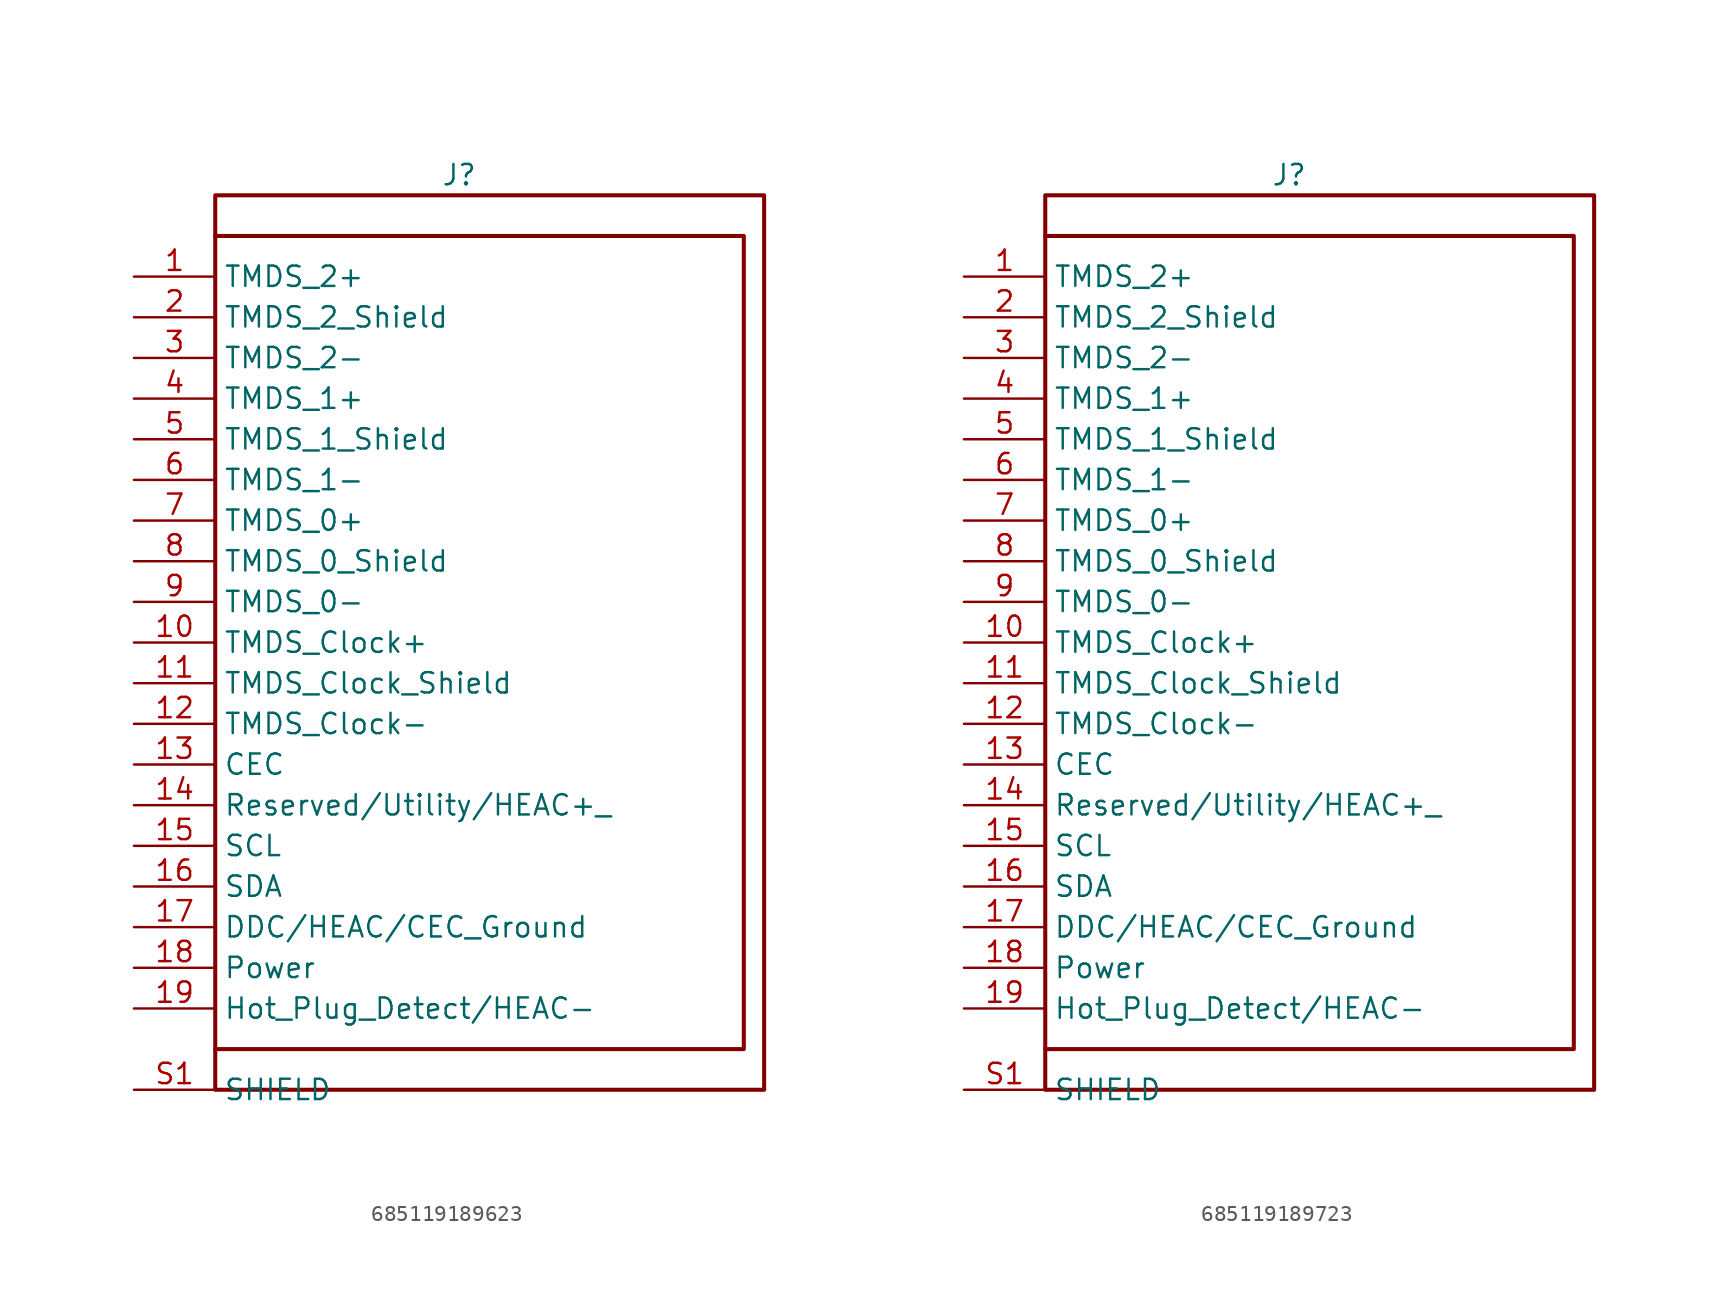
<source format=kicad_sym>
(kicad_symbol_lib
  (version 20241209)
  (generator "kicad_symbol_editor")
  (generator_version "9.0")
  (symbol "685119189623"
    (property "Reference" "J"
      (at 0 29.21 0)
      (effects (font (size 1.27 1.27))))
    (property "Critical Parameter" ""
      (at 0 -5.08 0)
      (effects (font (size 1.27 1.27)) (justify left)))
    (symbol "685119189623_0_0"
      (pin passive line (at -20.32 -27.94 0) (length 5.08) (name "SHIELD" (effects (font (size 1.27 1.27)))) (number "S1" (effects (font (size 1.27 1.27))))))
    (symbol "685119189623_1_0"
      (pin passive line (at -20.32 22.86 0) (length 5.08) (name "TMDS_2+" (effects (font (size 1.27 1.27)))) (number "1" (effects (font (size 1.27 1.27)))))
      (pin passive line (at -20.32 20.32 0) (length 5.08) (name "TMDS_2_Shield" (effects (font (size 1.27 1.27)))) (number "2" (effects (font (size 1.27 1.27)))))
      (pin passive line (at -20.32 17.78 0) (length 5.08) (name "TMDS_2-" (effects (font (size 1.27 1.27)))) (number "3" (effects (font (size 1.27 1.27)))))
      (pin passive line (at -20.32 15.24 0) (length 5.08) (name "TMDS_1+" (effects (font (size 1.27 1.27)))) (number "4" (effects (font (size 1.27 1.27)))))
      (pin passive line (at -20.32 12.7 0) (length 5.08) (name "TMDS_1_Shield" (effects (font (size 1.27 1.27)))) (number "5" (effects (font (size 1.27 1.27)))))
      (pin passive line (at -20.32 10.16 0) (length 5.08) (name "TMDS_1-" (effects (font (size 1.27 1.27)))) (number "6" (effects (font (size 1.27 1.27)))))
      (pin passive line (at -20.32 7.62 0) (length 5.08) (name "TMDS_0+" (effects (font (size 1.27 1.27)))) (number "7" (effects (font (size 1.27 1.27)))))
      (pin passive line (at -20.32 5.08 0) (length 5.08) (name "TMDS_0_Shield" (effects (font (size 1.27 1.27)))) (number "8" (effects (font (size 1.27 1.27)))))
      (pin passive line (at -20.32 2.54 0) (length 5.08) (name "TMDS_0-" (effects (font (size 1.27 1.27)))) (number "9" (effects (font (size 1.27 1.27)))))
      (pin passive line (at -20.32 0 0) (length 5.08) (name "TMDS_Clock+" (effects (font (size 1.27 1.27)))) (number "10" (effects (font (size 1.27 1.27)))))
      (pin passive line (at -20.32 -2.54 0) (length 5.08) (name "TMDS_Clock_Shield" (effects (font (size 1.27 1.27)))) (number "11" (effects (font (size 1.27 1.27)))))
      (pin passive line (at -20.32 -5.08 0) (length 5.08) (name "TMDS_Clock-" (effects (font (size 1.27 1.27)))) (number "12" (effects (font (size 1.27 1.27)))))
      (pin passive line (at -20.32 -7.62 0) (length 5.08) (name "CEC" (effects (font (size 1.27 1.27)))) (number "13" (effects (font (size 1.27 1.27)))))
      (pin passive line (at -20.32 -10.16 0) (length 5.08) (name "Reserved/Utility/HEAC+_" (effects (font (size 1.27 1.27)))) (number "14" (effects (font (size 1.27 1.27)))))
      (pin passive line (at -20.32 -12.7 0) (length 5.08) (name "SCL" (effects (font (size 1.27 1.27)))) (number "15" (effects (font (size 1.27 1.27)))))
      (pin passive line (at -20.32 -15.24 0) (length 5.08) (name "SDA" (effects (font (size 1.27 1.27)))) (number "16" (effects (font (size 1.27 1.27)))))
      (pin passive line (at -20.32 -17.78 0) (length 5.08) (name "DDC/HEAC/CEC_Ground" (effects (font (size 1.27 1.27)))) (number "17" (effects (font (size 1.27 1.27)))))
      (pin power_in line (at -20.32 -20.32 0) (length 5.08) (name "Power" (effects (font (size 1.27 1.27)))) (number "18" (effects (font (size 1.27 1.27)))))
      (pin passive line (at -20.32 -22.86 0) (length 5.08) (name "Hot_Plug_Detect/HEAC-" (effects (font (size 1.27 1.27)))) (number "19" (effects (font (size 1.27 1.27)))))
      (pin passive line (at -20.32 -27.94 0) (length 5.08) (hide yes) (name "SHIELD2" (effects (font (size 1.27 1.27)))) (number "S2" (effects (font (size 1.27 1.27)))))
      (pin passive line (at -20.32 -27.94 0) (length 5.08) (hide yes) (name "SHIELD3" (effects (font (size 1.27 1.27)))) (number "S3" (effects (font (size 1.27 1.27)))))
      (pin passive line (at -20.32 -27.94 0) (length 5.08) (hide yes) (name "SHIELD4" (effects (font (size 1.27 1.27)))) (number "S4" (effects (font (size 1.27 1.27))))))
    (symbol "685119189623_1_1"
      (rectangle (start -15.24 27.94) (end 19.05 -27.94) (stroke (width 0.254) (type default)) (fill (type none)))
      (polyline (pts (xy -15.24 25.4) (xy 17.78 25.4) (xy 17.78 -25.4) (xy -15.24 -25.4)) (stroke (width 0.254) (type default)) (fill (type none)))))
  (symbol "685119189723"
    (property "Reference" "J"
      (at 0 29.21 0)
      (effects (font (size 1.27 1.27))))
    (property "Critical Parameter" ""
      (at 0 -5.08 0)
      (effects (font (size 1.27 1.27)) (justify left)))
    (symbol "685119189723_0_0"
      (pin passive line (at -20.32 -27.94 0) (length 5.08) (name "SHIELD" (effects (font (size 1.27 1.27)))) (number "S1" (effects (font (size 1.27 1.27))))))
    (symbol "685119189723_1_0"
      (pin passive line (at -20.32 22.86 0) (length 5.08) (name "TMDS_2+" (effects (font (size 1.27 1.27)))) (number "1" (effects (font (size 1.27 1.27)))))
      (pin passive line (at -20.32 20.32 0) (length 5.08) (name "TMDS_2_Shield" (effects (font (size 1.27 1.27)))) (number "2" (effects (font (size 1.27 1.27)))))
      (pin passive line (at -20.32 17.78 0) (length 5.08) (name "TMDS_2-" (effects (font (size 1.27 1.27)))) (number "3" (effects (font (size 1.27 1.27)))))
      (pin passive line (at -20.32 15.24 0) (length 5.08) (name "TMDS_1+" (effects (font (size 1.27 1.27)))) (number "4" (effects (font (size 1.27 1.27)))))
      (pin passive line (at -20.32 12.7 0) (length 5.08) (name "TMDS_1_Shield" (effects (font (size 1.27 1.27)))) (number "5" (effects (font (size 1.27 1.27)))))
      (pin passive line (at -20.32 10.16 0) (length 5.08) (name "TMDS_1-" (effects (font (size 1.27 1.27)))) (number "6" (effects (font (size 1.27 1.27)))))
      (pin passive line (at -20.32 7.62 0) (length 5.08) (name "TMDS_0+" (effects (font (size 1.27 1.27)))) (number "7" (effects (font (size 1.27 1.27)))))
      (pin passive line (at -20.32 5.08 0) (length 5.08) (name "TMDS_0_Shield" (effects (font (size 1.27 1.27)))) (number "8" (effects (font (size 1.27 1.27)))))
      (pin passive line (at -20.32 2.54 0) (length 5.08) (name "TMDS_0-" (effects (font (size 1.27 1.27)))) (number "9" (effects (font (size 1.27 1.27)))))
      (pin passive line (at -20.32 0 0) (length 5.08) (name "TMDS_Clock+" (effects (font (size 1.27 1.27)))) (number "10" (effects (font (size 1.27 1.27)))))
      (pin passive line (at -20.32 -2.54 0) (length 5.08) (name "TMDS_Clock_Shield" (effects (font (size 1.27 1.27)))) (number "11" (effects (font (size 1.27 1.27)))))
      (pin passive line (at -20.32 -5.08 0) (length 5.08) (name "TMDS_Clock-" (effects (font (size 1.27 1.27)))) (number "12" (effects (font (size 1.27 1.27)))))
      (pin passive line (at -20.32 -7.62 0) (length 5.08) (name "CEC" (effects (font (size 1.27 1.27)))) (number "13" (effects (font (size 1.27 1.27)))))
      (pin passive line (at -20.32 -10.16 0) (length 5.08) (name "Reserved/Utility/HEAC+_" (effects (font (size 1.27 1.27)))) (number "14" (effects (font (size 1.27 1.27)))))
      (pin passive line (at -20.32 -12.7 0) (length 5.08) (name "SCL" (effects (font (size 1.27 1.27)))) (number "15" (effects (font (size 1.27 1.27)))))
      (pin passive line (at -20.32 -15.24 0) (length 5.08) (name "SDA" (effects (font (size 1.27 1.27)))) (number "16" (effects (font (size 1.27 1.27)))))
      (pin passive line (at -20.32 -17.78 0) (length 5.08) (name "DDC/HEAC/CEC_Ground" (effects (font (size 1.27 1.27)))) (number "17" (effects (font (size 1.27 1.27)))))
      (pin power_in line (at -20.32 -20.32 0) (length 5.08) (name "Power" (effects (font (size 1.27 1.27)))) (number "18" (effects (font (size 1.27 1.27)))))
      (pin passive line (at -20.32 -22.86 0) (length 5.08) (name "Hot_Plug_Detect/HEAC-" (effects (font (size 1.27 1.27)))) (number "19" (effects (font (size 1.27 1.27)))))
      (pin passive line (at -20.32 -27.94 0) (length 5.08) (hide yes) (name "SHIELD2" (effects (font (size 1.27 1.27)))) (number "S2" (effects (font (size 1.27 1.27)))))
      (pin passive line (at -20.32 -27.94 0) (length 5.08) (hide yes) (name "SHIELD3" (effects (font (size 1.27 1.27)))) (number "S3" (effects (font (size 1.27 1.27)))))
      (pin passive line (at -20.32 -27.94 0) (length 5.08) (hide yes) (name "SHIELD4" (effects (font (size 1.27 1.27)))) (number "S4" (effects (font (size 1.27 1.27))))))
    (symbol "685119189723_1_1"
      (rectangle (start -15.24 27.94) (end 19.05 -27.94) (stroke (width 0.254) (type default)) (fill (type none)))
      (polyline (pts (xy -15.24 25.4) (xy 17.78 25.4) (xy 17.78 -25.4) (xy -15.24 -25.4)) (stroke (width 0.254) (type default)) (fill (type none))))))
</source>
